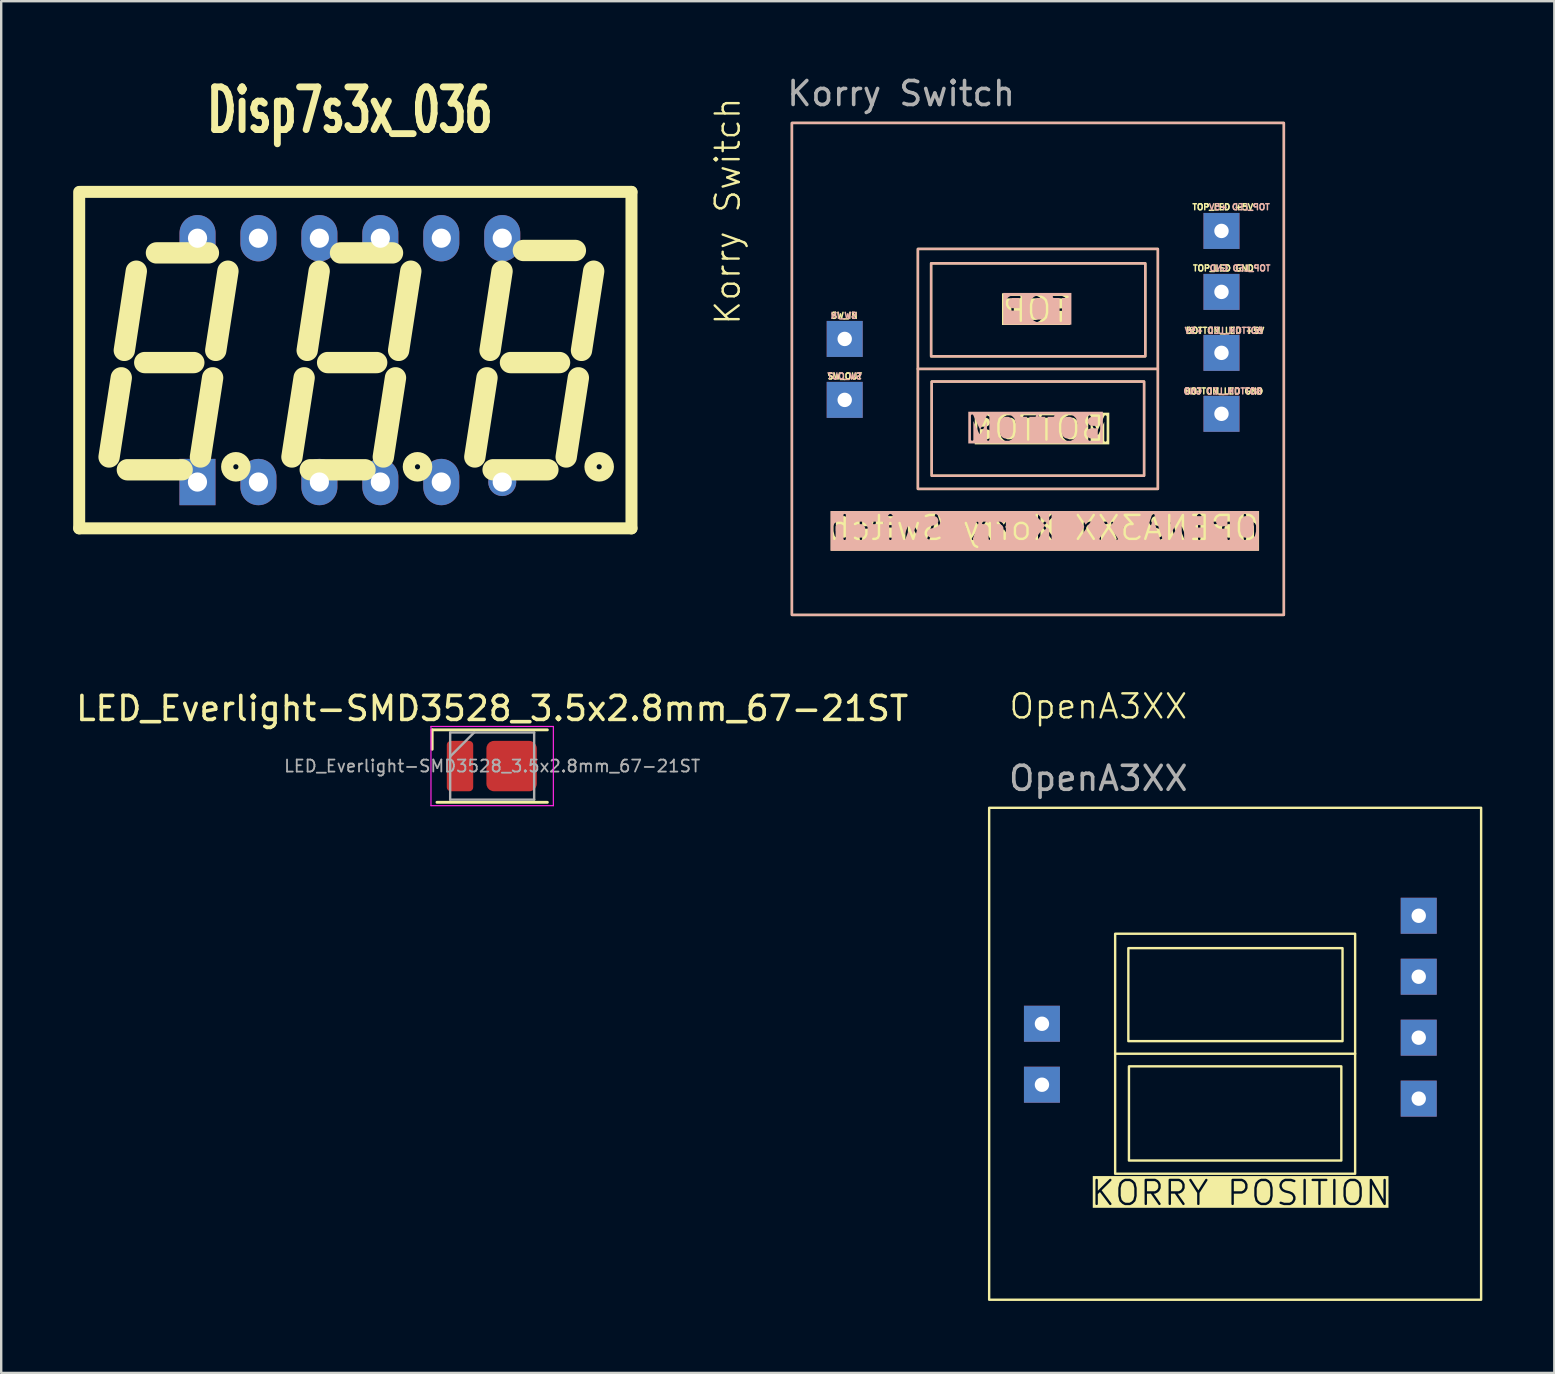
<source format=kicad_pcb>
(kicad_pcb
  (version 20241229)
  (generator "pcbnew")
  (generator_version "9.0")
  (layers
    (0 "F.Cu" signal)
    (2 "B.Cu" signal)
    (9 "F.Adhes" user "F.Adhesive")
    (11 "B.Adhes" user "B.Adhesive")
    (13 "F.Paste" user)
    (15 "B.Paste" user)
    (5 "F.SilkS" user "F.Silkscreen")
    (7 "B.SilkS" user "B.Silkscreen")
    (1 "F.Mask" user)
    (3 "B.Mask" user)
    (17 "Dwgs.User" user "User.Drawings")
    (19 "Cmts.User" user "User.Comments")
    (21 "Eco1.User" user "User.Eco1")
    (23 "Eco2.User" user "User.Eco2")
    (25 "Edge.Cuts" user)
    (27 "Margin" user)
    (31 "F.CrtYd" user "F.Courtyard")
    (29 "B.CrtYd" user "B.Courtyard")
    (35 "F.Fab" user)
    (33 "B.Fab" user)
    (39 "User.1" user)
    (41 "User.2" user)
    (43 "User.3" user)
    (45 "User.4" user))
  (footprint "OpenA3XX"
    (layer "F.Cu")
    (at 38.167 30.609)
    (property "Reference" "OpenA3XX" (at 4.55 -4.225 0) (unlocked yes) (layer "F.SilkS") (effects (font (size 1 1) (thickness 0.1))))
    (attr smd)
    (fp_line (start 5.25 10.25) (end 15.25 10.25) (stroke (width 0.1) (type default)) (layer "F.SilkS"))
    (fp_rect (start 0 0) (end 20.5 20.5) (stroke (width 0.1) (type default)) (fill no) (layer "F.SilkS"))
    (fp_rect (start 5.25 5.25) (end 15.25 15.25) (stroke (width 0.1) (type default)) (fill no) (layer "F.SilkS"))
    (fp_rect (start 5.8 5.85) (end 14.725 9.725) (stroke (width 0.1) (type default)) (fill no) (layer "F.SilkS"))
    (fp_rect (start 5.825 10.775) (end 14.675 14.7) (stroke (width 0.1) (type default)) (fill no) (layer "F.SilkS"))
    (fp_text user "KORRY POSITION" (at 4.175 16.05 0) (unlocked yes) (layer "F.SilkS" knockout) (effects (font (size 1 1) (thickness 0.1)) (justify left)))
    (fp_text user "${REFERENCE}" (at 4.55 -1.225 0) (unlocked yes) (layer "F.Fab") (effects (font (size 1 1) (thickness 0.15))))
    (pad "1" thru_hole rect (at 17.9 4.5) (size 1.5 1.5) (drill 0.6) (layers "*.Cu" "*.Mask"))
    (pad "2" thru_hole rect (at 17.9 7.04) (size 1.5 1.5) (drill 0.6) (layers "*.Cu" "*.Mask"))
    (pad "3" thru_hole rect (at 17.9 9.58) (size 1.5 1.5) (drill 0.6) (layers "*.Cu" "*.Mask"))
    (pad "4" thru_hole rect (at 17.9 12.12) (size 1.5 1.5) (drill 0.6) (layers "*.Cu" "*.Mask"))
    (pad "5" thru_hole rect (at 2.2 9) (size 1.5 1.5) (drill 0.6) (layers "*.Cu" "*.Mask"))
    (pad "6" thru_hole rect (at 2.2 11.54) (size 1.5 1.5) (drill 0.6) (layers "*.Cu" "*.Mask")))
  (footprint "Korry Switch"
    (layer "F.Cu")
    (at 29.948 2.073)
    (property "Reference" "Korry Switch" (at -2.675 3.675 90) (unlocked yes) (layer "F.SilkS") (effects (font (size 1 1) (thickness 0.1))))
    (attr smd)
    (fp_line (start 5.25 10.25) (end 15.25 10.25) (stroke (width 0.1) (type default)) (layer "F.SilkS"))
    (fp_rect (start 0 0) (end 20.5 20.5) (stroke (width 0.1) (type default)) (fill no) (layer "F.SilkS"))
    (fp_rect (start 5.25 5.25) (end 15.25 15.25) (stroke (width 0.1) (type default)) (fill no) (layer "F.SilkS"))
    (fp_rect (start 5.8 5.85) (end 14.725 9.725) (stroke (width 0.1) (type default)) (fill no) (layer "F.SilkS"))
    (fp_rect (start 5.825 10.775) (end 14.675 14.7) (stroke (width 0.1) (type default)) (fill no) (layer "F.SilkS"))
    (fp_line (start 5.25 10.25) (end 15.25 10.25) (stroke (width 0.1) (type solid)) (layer "B.SilkS"))
    (fp_rect (start 0 0) (end 20.5 20.5) (stroke (width 0.1) (type solid)) (fill no) (layer "B.SilkS"))
    (fp_rect (start 5.25 5.25) (end 15.25 15.25) (stroke (width 0.1) (type solid)) (fill no) (layer "B.SilkS"))
    (fp_rect (start 5.8 5.85) (end 14.725 9.725) (stroke (width 0.1) (type solid)) (fill no) (layer "B.SilkS"))
    (fp_rect (start 5.825 10.775) (end 14.675 14.7) (stroke (width 0.1) (type solid)) (fill no) (layer "B.SilkS"))
    (fp_text user "SW_IN" (at 1.6 8.175 0) (unlocked yes) (layer "F.SilkS") (effects (font (size 0.25 0.25) (thickness 0.062)) (justify left bottom)))
    (fp_text user "TOP_LED +5V" (at 16.65 3.65 0) (unlocked yes) (layer "F.SilkS") (effects (font (size 0.25 0.25) (thickness 0.062)) (justify left bottom)))
    (fp_text user "TOP_LED GND" (at 16.675 6.2 0) (unlocked yes) (layer "F.SilkS") (effects (font (size 0.25 0.25) (thickness 0.062)) (justify left bottom)))
    (fp_text user "TOP" (at 8.75 7.8 0) (unlocked yes) (layer "F.SilkS" knockout) (effects (font (size 1 1) (thickness 0.1)) (justify left)))
    (fp_text user "BOTTOM_LED +5V" (at 16.375 8.8 0) (unlocked yes) (layer "F.SilkS") (effects (font (size 0.25 0.25) (thickness 0.062)) (justify left bottom)))
    (fp_text user "BOTTOM_LED GND" (at 16.325 11.325 0) (unlocked yes) (layer "F.SilkS") (effects (font (size 0.25 0.25) (thickness 0.062)) (justify left bottom)))
    (fp_text user "SW_OUT" (at 1.45 10.7 0) (unlocked yes) (layer "F.SilkS") (effects (font (size 0.25 0.25) (thickness 0.062)) (justify left bottom)))
    (fp_text user "OPENA3XX Korry Switch" (at 1.525 16.875 0) (unlocked yes) (layer "F.SilkS" knockout) (effects (font (size 1 1) (thickness 0.1)) (justify left)))
    (fp_text user "BOTTOM" (at 7.475 12.775 0) (unlocked yes) (layer "F.SilkS" knockout) (effects (font (size 1 1) (thickness 0.1)) (justify left)))
    (fp_text user "BOTTOM" (at 13.1 12.738 0) (unlocked yes) (layer "B.SilkS" knockout) (effects (font (size 1 1) (thickness 0.1)) (justify left mirror)))
    (fp_text user "SW_OUT" (at 2.95 10.7 0) (unlocked yes) (layer "B.SilkS") (effects (font (size 0.25 0.25) (thickness 0.062)) (justify left bottom mirror)))
    (fp_text user "TOP_LED +5V" (at 19.95 3.65 0) (unlocked yes) (layer "B.SilkS") (effects (font (size 0.25 0.25) (thickness 0.062)) (justify left bottom mirror)))
    (fp_text user "OPENA3XX Korry Switch" (at 19.55 16.875 0) (unlocked yes) (layer "B.SilkS" knockout) (effects (font (size 1 1) (thickness 0.1)) (justify left mirror)))
    (fp_text user "TOP_LED GND" (at 19.975 6.2 0) (unlocked yes) (layer "B.SilkS") (effects (font (size 0.25 0.25) (thickness 0.062)) (justify left bottom mirror)))
    (fp_text user "SW_IN" (at 2.75 8.175 0) (unlocked yes) (layer "B.SilkS") (effects (font (size 0.25 0.25) (thickness 0.062)) (justify left bottom mirror)))
    (fp_text user "TOP" (at 11.65 7.787 0) (unlocked yes) (layer "B.SilkS" knockout) (effects (font (size 1 1) (thickness 0.1)) (justify left mirror)))
    (fp_text user "BOTTOM_LED GND" (at 19.625 11.325 0) (unlocked yes) (layer "B.SilkS") (effects (font (size 0.25 0.25) (thickness 0.062)) (justify left bottom mirror)))
    (fp_text user "BOTTOM_LED +5V" (at 19.675 8.8 0) (unlocked yes) (layer "B.SilkS") (effects (font (size 0.25 0.25) (thickness 0.062)) (justify left bottom mirror)))
    (fp_text user "${REFERENCE}" (at 4.55 -1.225 0) (unlocked yes) (layer "F.Fab") (effects (font (size 1 1) (thickness 0.15))))
    (pad "1" thru_hole rect (at 17.9 4.5) (size 1.5 1.5) (drill 0.6) (layers "*.Cu" "*.Mask"))
    (pad "2" thru_hole rect (at 17.9 7.04) (size 1.5 1.5) (drill 0.6) (layers "*.Cu" "*.Mask"))
    (pad "3" thru_hole rect (at 17.9 9.58) (size 1.5 1.5) (drill 0.6) (layers "*.Cu" "*.Mask"))
    (pad "4" thru_hole rect (at 17.9 12.12) (size 1.5 1.5) (drill 0.6) (layers "*.Cu" "*.Mask"))
    (pad "5" thru_hole rect (at 2.2 9) (size 1.5 1.5) (drill 0.6) (layers "*.Cu" "*.Mask"))
    (pad "6" thru_hole rect (at 2.2 11.54) (size 1.5 1.5) (drill 0.6) (layers "*.Cu" "*.Mask")))
  (footprint "Disp7s3x_036"
    (layer "F.Cu")
    (at 11.528 11.956)
    (property "Reference" "Disp7s3x_036" (at 0 -10.414 0) (layer "F.SilkS") (effects (font (size 1.778 1.143) (thickness 0.286))))
    (attr through_hole)
    (fp_line (start -11.278 7.01) (end -11.278 -7.01) (stroke (width 0.5) (type solid)) (layer "F.SilkS"))
    (fp_line (start -11.227 -7.01) (end 11.735 -7.01) (stroke (width 0.5) (type solid)) (layer "F.SilkS"))
    (fp_line (start -9.525 0.737) (end -10.033 4.036) (stroke (width 0.889) (type solid)) (layer "F.SilkS"))
    (fp_line (start -9.271 4.569) (end -6.988 4.569) (stroke (width 0.889) (type solid)) (layer "F.SilkS"))
    (fp_line (start -8.898 -3.706) (end -9.398 -0.406) (stroke (width 0.889) (type solid)) (layer "F.SilkS"))
    (fp_line (start -8.059 -4.468) (end -5.893 -4.468) (stroke (width 0.889) (type solid)) (layer "F.SilkS"))
    (fp_line (start -6.502 0.102) (end -8.547 0.102) (stroke (width 0.889) (type solid)) (layer "F.SilkS"))
    (fp_line (start -5.718 0.737) (end -6.226 4.036) (stroke (width 0.889) (type solid)) (layer "F.SilkS"))
    (fp_line (start -5.08 -3.706) (end -5.588 -0.406) (stroke (width 0.889) (type solid)) (layer "F.SilkS"))
    (fp_line (start -1.905 0.737) (end -2.413 4.036) (stroke (width 0.889) (type solid)) (layer "F.SilkS"))
    (fp_line (start -1.651 4.569) (end 0.632 4.569) (stroke (width 0.889) (type solid)) (layer "F.SilkS"))
    (fp_line (start -1.278 -3.706) (end -1.778 -0.406) (stroke (width 0.889) (type solid)) (layer "F.SilkS"))
    (fp_line (start -0.389 -4.468) (end 1.778 -4.468) (stroke (width 0.889) (type solid)) (layer "F.SilkS"))
    (fp_line (start 1.118 0.102) (end -0.927 0.102) (stroke (width 0.889) (type solid)) (layer "F.SilkS"))
    (fp_line (start 1.902 0.737) (end 1.394 4.036) (stroke (width 0.889) (type solid)) (layer "F.SilkS"))
    (fp_line (start 2.54 -3.706) (end 2.032 -0.406) (stroke (width 0.889) (type solid)) (layer "F.SilkS"))
    (fp_line (start 5.715 0.737) (end 5.207 4.036) (stroke (width 0.889) (type solid)) (layer "F.SilkS"))
    (fp_line (start 5.969 4.569) (end 8.252 4.569) (stroke (width 0.889) (type solid)) (layer "F.SilkS"))
    (fp_line (start 6.342 -3.706) (end 5.842 -0.406) (stroke (width 0.889) (type solid)) (layer "F.SilkS"))
    (fp_line (start 7.231 -4.569) (end 9.398 -4.569) (stroke (width 0.889) (type solid)) (layer "F.SilkS"))
    (fp_line (start 8.738 0.102) (end 6.693 0.102) (stroke (width 0.889) (type solid)) (layer "F.SilkS"))
    (fp_line (start 9.522 0.737) (end 9.014 4.036) (stroke (width 0.889) (type solid)) (layer "F.SilkS"))
    (fp_line (start 10.16 -3.706) (end 9.652 -0.406) (stroke (width 0.889) (type solid)) (layer "F.SilkS"))
    (fp_line (start 11.735 -7.01) (end 11.735 7.01) (stroke (width 0.5) (type solid)) (layer "F.SilkS"))
    (fp_line (start 11.735 7.01) (end -11.278 7.01) (stroke (width 0.5) (type solid)) (layer "F.SilkS"))
    (fp_circle (center -4.75 4.445) (end -4.496 4.188) (stroke (width 0.508) (type solid)) (fill no) (layer "F.SilkS"))
    (fp_circle (center 2.819 4.445) (end 3.073 4.188) (stroke (width 0.508) (type solid)) (fill no) (layer "F.SilkS"))
    (fp_circle (center 10.389 4.445) (end 10.643 4.188) (stroke (width 0.508) (type solid)) (fill no) (layer "F.SilkS"))
    (pad "1" thru_hole rect (at -6.35 5.08 90) (size 1.93 1.501) (drill 0.8) (layers "*.Cu" "*.Mask"))
    (pad "2" thru_hole oval (at -3.81 5.08 90) (size 1.93 1.501) (drill 0.8) (layers "*.Cu" "*.Mask"))
    (pad "3" thru_hole oval (at -1.27 5.08 90) (size 1.93 1.501) (drill 0.8) (layers "*.Cu" "*.Mask"))
    (pad "4" thru_hole oval (at 1.27 5.08 90) (size 1.93 1.501) (drill 0.8) (layers "*.Cu" "*.Mask"))
    (pad "5" thru_hole oval (at 3.81 5.08 90) (size 1.93 1.501) (drill 0.8) (layers "*.Cu" "*.Mask"))
    (pad "6" thru_hole oval (at 6.35 5.08 90) (size 1.168 1.168) (drill 0.8) (layers "*.Cu" "*.Mask"))
    (pad "7" thru_hole oval (at 6.35 -5.08 90) (size 1.93 1.501) (drill 0.8) (layers "*.Cu" "*.Mask"))
    (pad "8" thru_hole oval (at 3.81 -5.08 90) (size 1.93 1.501) (drill 0.8) (layers "*.Cu" "*.Mask"))
    (pad "9" thru_hole oval (at 1.27 -5.08 90) (size 1.93 1.501) (drill 0.8) (layers "*.Cu" "*.Mask"))
    (pad "10" thru_hole oval (at -1.27 -5.08 90) (size 1.93 1.501) (drill 0.8) (layers "*.Cu" "*.Mask"))
    (pad "11" thru_hole oval (at -3.81 -5.08 90) (size 1.93 1.501) (drill 0.8) (layers "*.Cu" "*.Mask"))
    (pad "12" thru_hole oval (at -6.347 -5.08 90) (size 1.93 1.501) (drill 0.8) (layers "*.Cu" "*.Mask")))
  (footprint "LED_Everlight-SMD3528_3.5x2.8mm_67-21ST"
    (layer "F.Cu")
    (at 17.458 28.872)
    (property "Reference" "LED_Everlight-SMD3528_3.5x2.8mm_67-21ST" (at 0 -2.4 0) (layer "F.SilkS") (effects (font (size 1 1) (thickness 0.15))))
    (attr smd)
    (fp_line (start -2.5 -1.51) (end 2.3 -1.51) (stroke (width 0.12) (type solid)) (layer "F.SilkS"))
    (fp_line (start -2.5 -0.7) (end -2.5 -1.51) (stroke (width 0.12) (type solid)) (layer "F.SilkS"))
    (fp_line (start -2.3 1.51) (end 2.3 1.51) (stroke (width 0.12) (type solid)) (layer "F.SilkS"))
    (fp_line (start -2.55 -1.65) (end -2.55 1.65) (stroke (width 0.05) (type solid)) (layer "F.CrtYd"))
    (fp_line (start -2.55 1.65) (end 2.55 1.65) (stroke (width 0.05) (type solid)) (layer "F.CrtYd"))
    (fp_line (start 2.55 -1.65) (end -2.55 -1.65) (stroke (width 0.05) (type solid)) (layer "F.CrtYd"))
    (fp_line (start 2.55 1.65) (end 2.55 -1.65) (stroke (width 0.05) (type solid)) (layer "F.CrtYd"))
    (fp_line (start -1.75 -1.4) (end -1.75 1.4) (stroke (width 0.1) (type solid)) (layer "F.Fab"))
    (fp_line (start -1.75 1.4) (end 1.75 1.4) (stroke (width 0.1) (type solid)) (layer "F.Fab"))
    (fp_line (start -0.75 -1.4) (end -1.75 -0.4) (stroke (width 0.1) (type solid)) (layer "F.Fab"))
    (fp_line (start 1.75 -1.4) (end -1.75 -1.4) (stroke (width 0.1) (type solid)) (layer "F.Fab"))
    (fp_line (start 1.75 1.4) (end 1.75 -1.4) (stroke (width 0.1) (type solid)) (layer "F.Fab"))
    (fp_text user "${REFERENCE}" (at 0 0 0) (layer "F.Fab") (effects (font (size 0.5 0.5) (thickness 0.075))))
    (pad "1" smd roundrect (at -1.34 0) (size 1.1 2.1) (layers "F.Cu" "F.Mask" "F.Paste") (roundrect_rratio 0.15))
    (pad "2" smd roundrect (at 0.81 0) (size 2.1 2.1) (layers "F.Cu" "F.Mask" "F.Paste") (roundrect_rratio 0.15)))
  (gr_rect
    (start -3 -3)
    (end 61.717 54.159)
    (stroke (width 0.1) (type default))
    (fill no)
    (layer "Edge.Cuts")))
</source>
